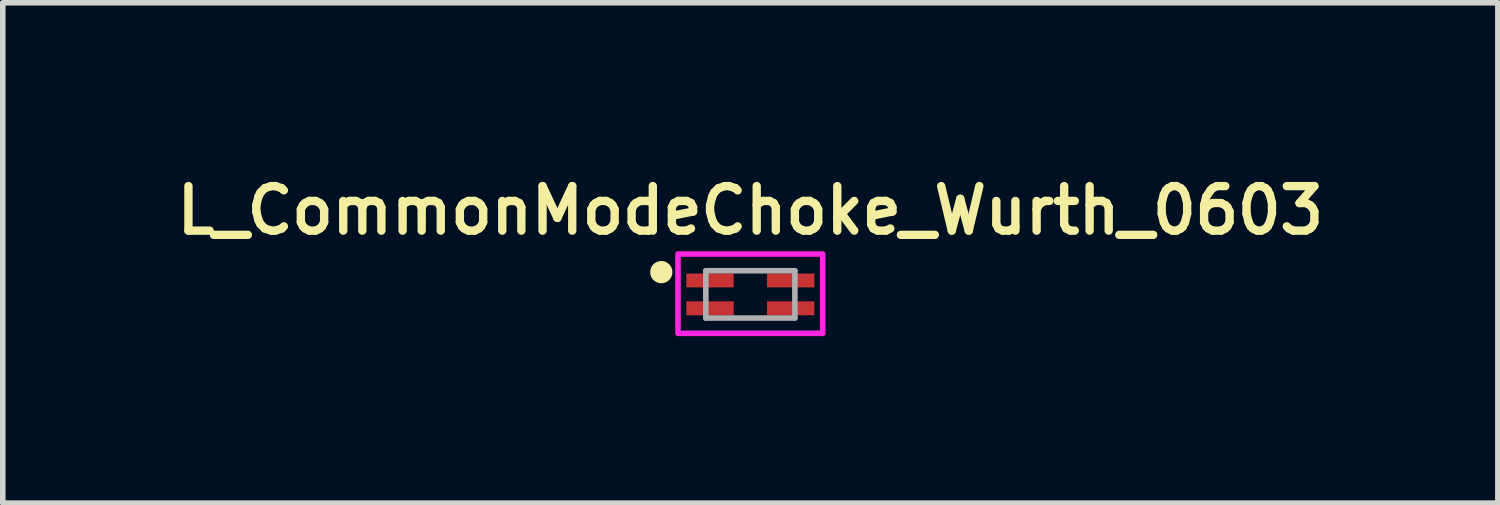
<source format=kicad_pcb>
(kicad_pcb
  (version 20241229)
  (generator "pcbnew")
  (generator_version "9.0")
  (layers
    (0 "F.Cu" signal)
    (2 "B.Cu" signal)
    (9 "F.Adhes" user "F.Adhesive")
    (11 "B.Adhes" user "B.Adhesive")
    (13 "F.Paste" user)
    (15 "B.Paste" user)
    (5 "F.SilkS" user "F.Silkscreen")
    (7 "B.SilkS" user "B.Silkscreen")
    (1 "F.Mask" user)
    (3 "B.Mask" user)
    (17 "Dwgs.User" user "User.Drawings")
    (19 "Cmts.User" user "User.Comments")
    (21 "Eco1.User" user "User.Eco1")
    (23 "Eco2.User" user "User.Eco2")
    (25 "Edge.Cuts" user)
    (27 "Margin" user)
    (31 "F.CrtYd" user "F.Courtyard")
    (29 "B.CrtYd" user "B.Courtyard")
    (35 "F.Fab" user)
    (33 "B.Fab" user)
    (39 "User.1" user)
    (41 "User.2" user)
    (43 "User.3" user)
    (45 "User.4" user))
  (footprint "L_CommonModeChoke_Wurth_0603"
    (layer "F.Cu")
    (at 10.431 2.239)
    (property "Reference" "L_CommonModeChoke_Wurth_0603" (at 0 -1.508 0) (layer "F.SilkS") (effects (font (size 0.8 0.8) (thickness 0.15))))
    (attr smd)
    (fp_circle (center -1.6 -0.4) (end -1.5 -0.4) (stroke (width 0.2) (type solid)) (fill no) (layer "F.SilkS"))
    (fp_poly (pts (xy -1.3 -0.725) (xy 1.3 -0.725) (xy 1.3 0.7) (xy -1.3 0.7)) (stroke (width 0.1) (type solid)) (fill no) (layer "F.CrtYd"))
    (fp_line (start -0.8 -0.425) (end -0.8 0.425) (stroke (width 0.1) (type solid)) (layer "F.Fab"))
    (fp_line (start -0.8 0.425) (end 0.8 0.425) (stroke (width 0.1) (type solid)) (layer "F.Fab"))
    (fp_line (start 0.8 -0.425) (end -0.8 -0.425) (stroke (width 0.1) (type solid)) (layer "F.Fab"))
    (fp_line (start 0.8 0.425) (end 0.8 -0.425) (stroke (width 0.1) (type solid)) (layer "F.Fab"))
    (pad "1" smd rect (at -0.725 -0.25) (size 0.85 0.25) (layers "F.Cu" "F.Mask" "F.Paste"))
    (pad "2" smd rect (at 0.725 -0.25) (size 0.85 0.25) (layers "F.Cu" "F.Mask" "F.Paste"))
    (pad "3" smd rect (at 0.725 0.25) (size 0.85 0.25) (layers "F.Cu" "F.Mask" "F.Paste"))
    (pad "4" smd rect (at -0.725 0.25) (size 0.85 0.25) (layers "F.Cu" "F.Mask" "F.Paste")))
  (gr_rect
    (start -3 -3)
    (end 23.861 5.989)
    (stroke (width 0.1) (type default))
    (fill no)
    (layer "Edge.Cuts")))
</source>
